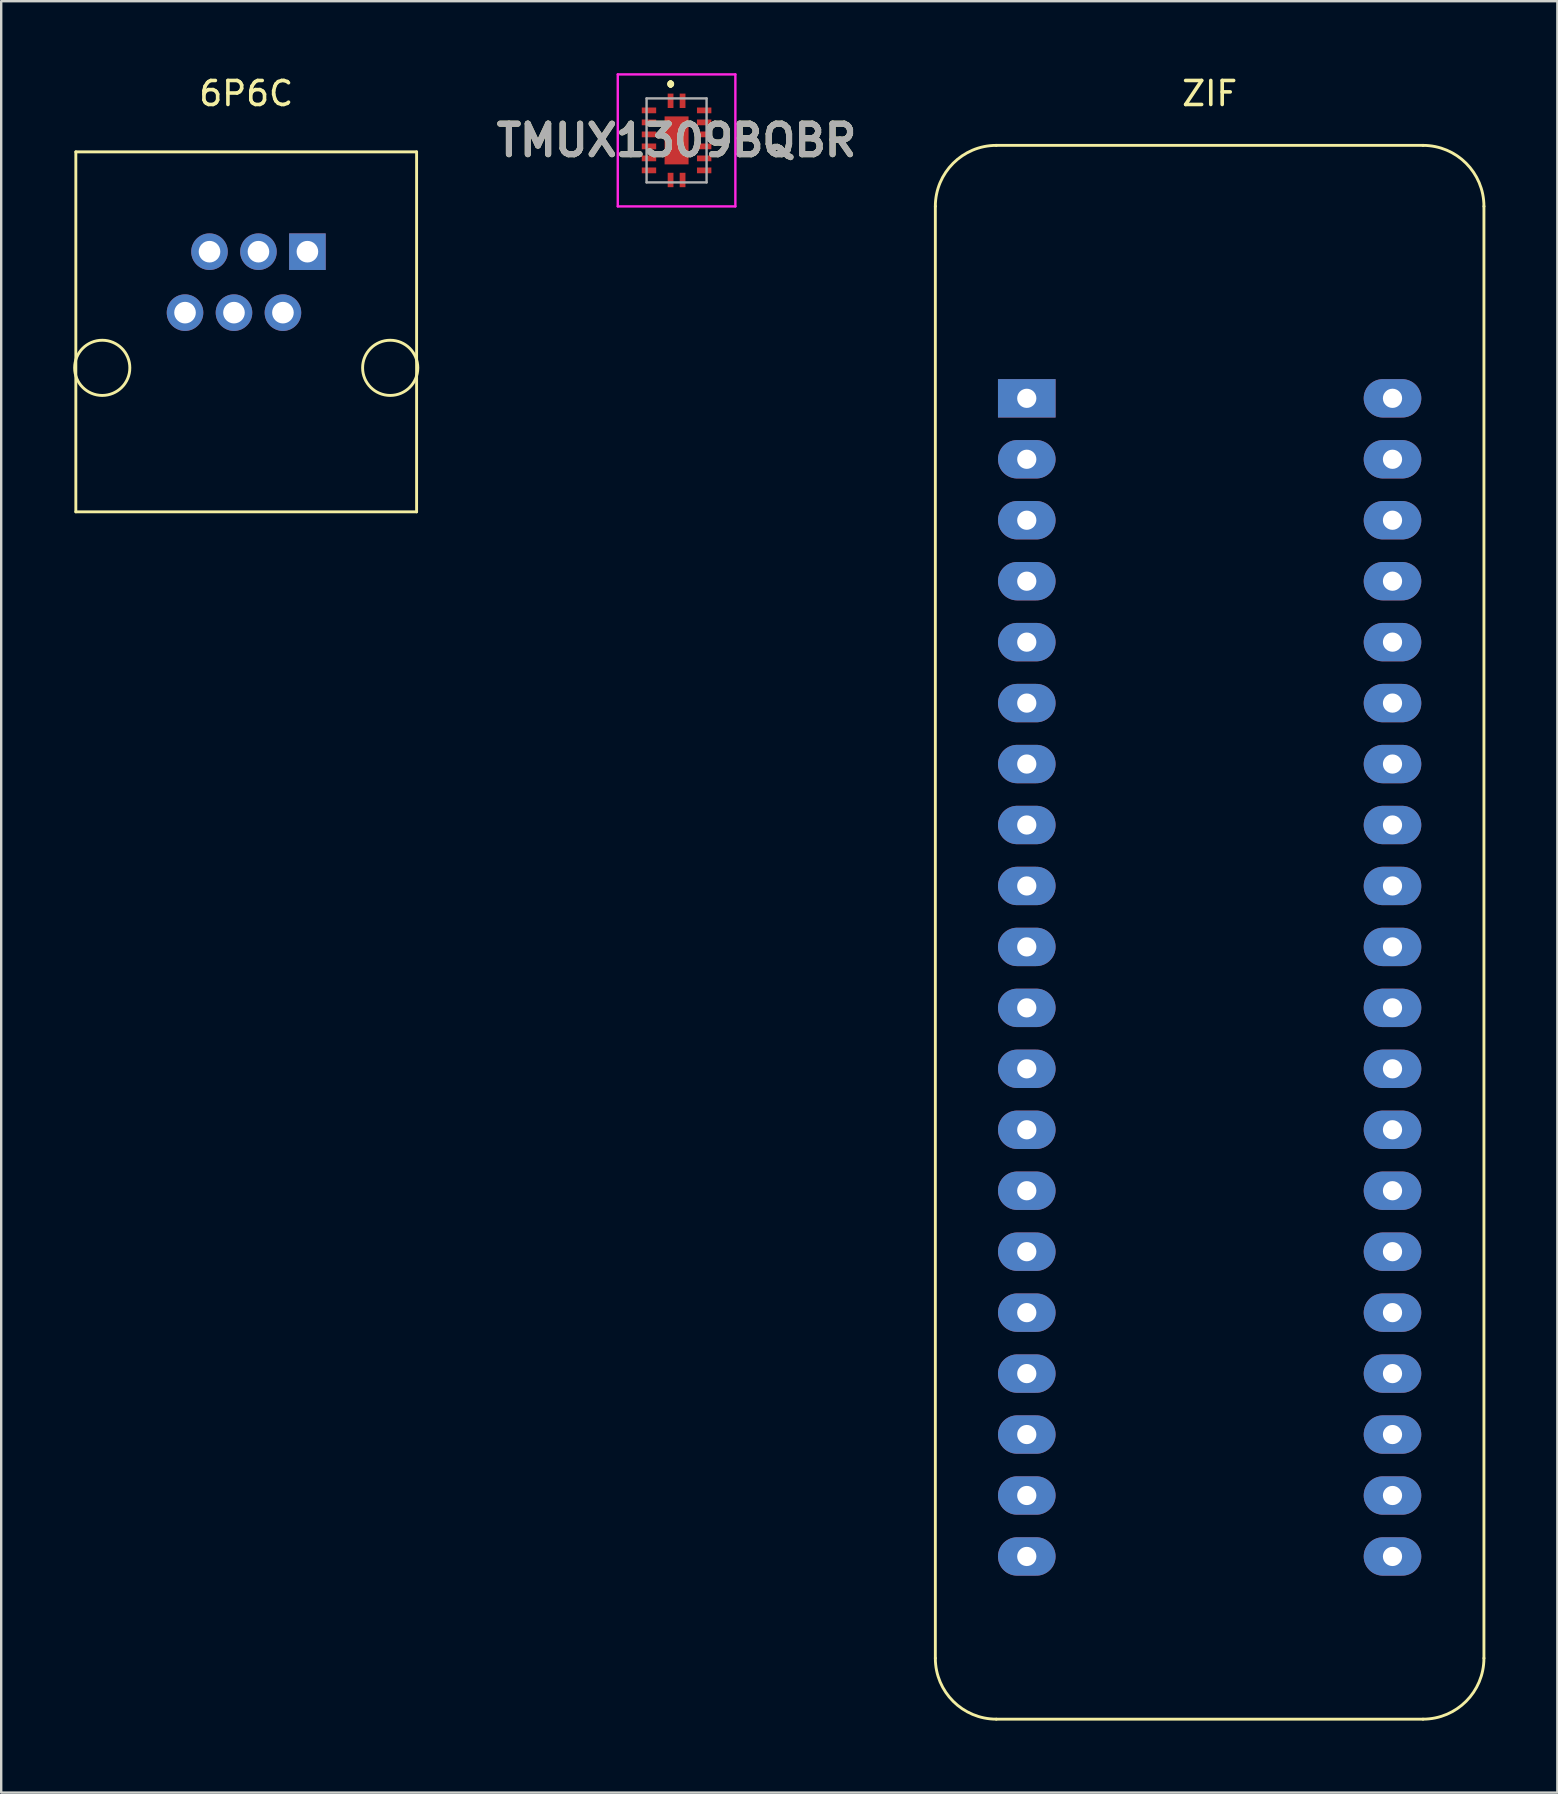
<source format=kicad_pcb>
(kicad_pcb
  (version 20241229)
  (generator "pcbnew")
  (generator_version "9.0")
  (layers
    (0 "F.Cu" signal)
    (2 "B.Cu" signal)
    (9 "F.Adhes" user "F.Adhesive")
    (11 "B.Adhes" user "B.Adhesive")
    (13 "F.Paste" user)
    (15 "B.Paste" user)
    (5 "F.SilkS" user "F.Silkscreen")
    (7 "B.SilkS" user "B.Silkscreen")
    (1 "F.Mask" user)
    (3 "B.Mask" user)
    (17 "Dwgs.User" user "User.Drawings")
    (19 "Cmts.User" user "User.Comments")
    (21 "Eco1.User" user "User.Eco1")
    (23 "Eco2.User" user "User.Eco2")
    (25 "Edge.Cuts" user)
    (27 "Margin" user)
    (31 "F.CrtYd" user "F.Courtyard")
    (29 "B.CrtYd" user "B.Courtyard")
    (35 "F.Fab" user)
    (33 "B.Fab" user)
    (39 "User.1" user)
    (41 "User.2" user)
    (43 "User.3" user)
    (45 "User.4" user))
  (footprint "6P6C"
    (layer "F.Cu")
    (at 7.21 12.278)
    (property "Reference" "6P6C" (at 0 -11.43 0) (layer "F.SilkS") (effects (font (size 1 1) (thickness 0.15))))
    (attr through_hole)
    (fp_line (start -7.1 -9) (end 7.1 -9) (stroke (width 0.12) (type solid)) (layer "F.SilkS"))
    (fp_line (start -7.1 6) (end -7.1 -9) (stroke (width 0.12) (type solid)) (layer "F.SilkS"))
    (fp_line (start -7.1 6) (end 7.1 6) (stroke (width 0.12) (type solid)) (layer "F.SilkS"))
    (fp_line (start 7.1 6) (end 7.1 -9) (stroke (width 0.12) (type solid)) (layer "F.SilkS"))
    (fp_circle (center -6 0) (end -4.85 0) (stroke (width 0.12) (type solid)) (fill no) (layer "F.SilkS"))
    (fp_circle (center 6 0) (end 7.15 0) (stroke (width 0.12) (type solid)) (fill no) (layer "F.SilkS"))
    (pad "1" thru_hole rect (at 2.55 -4.84) (size 1.524 1.524) (drill 0.9) (layers "*.Cu" "*.Mask"))
    (pad "2" thru_hole circle (at 1.53 -2.3) (size 1.524 1.524) (drill 0.9) (layers "*.Cu" "*.Mask"))
    (pad "3" thru_hole circle (at 0.51 -4.84) (size 1.524 1.524) (drill 0.9) (layers "*.Cu" "*.Mask"))
    (pad "4" thru_hole circle (at -0.51 -2.3) (size 1.524 1.524) (drill 0.9) (layers "*.Cu" "*.Mask"))
    (pad "5" thru_hole circle (at -1.53 -4.84) (size 1.524 1.524) (drill 0.9) (layers "*.Cu" "*.Mask"))
    (pad "6" thru_hole circle (at -2.55 -2.3) (size 1.524 1.524) (drill 0.9) (layers "*.Cu" "*.Mask")))
  (footprint "ZIF"
    (layer "F.Cu")
    (at 39.736 13.548)
    (property "Reference" "ZIF" (at 7.62 -12.7 0) (layer "F.SilkS") (effects (font (size 1 1) (thickness 0.15))))
    (attr through_hole)
    (fp_line (start -3.81 52.5) (end -3.81 -8) (stroke (width 0.12) (type solid)) (layer "F.SilkS"))
    (fp_line (start -1.27 -10.54) (end 16.51 -10.54) (stroke (width 0.12) (type solid)) (layer "F.SilkS"))
    (fp_line (start 16.51 55.04) (end -1.27 55.04) (stroke (width 0.12) (type solid)) (layer "F.SilkS"))
    (fp_line (start 19.05 52.5) (end 19.05 -8) (stroke (width 0.12) (type solid)) (layer "F.SilkS"))
    (fp_arc (start -3.81 -8) (mid -3.066051 -9.796051) (end -1.27 -10.54) (stroke (width 0.12) (type solid)) (layer "F.SilkS"))
    (fp_arc (start -1.27 55.04) (mid -3.066051 54.296051) (end -3.81 52.5) (stroke (width 0.12) (type solid)) (layer "F.SilkS"))
    (fp_arc (start 16.51 -10.54) (mid 18.306051 -9.796051) (end 19.05 -8) (stroke (width 0.12) (type solid)) (layer "F.SilkS"))
    (fp_arc (start 19.05 52.5) (mid 18.306051 54.296051) (end 16.51 55.04) (stroke (width 0.12) (type solid)) (layer "F.SilkS"))
    (pad "1" thru_hole rect (at 0 0) (size 2.4 1.6) (drill 0.8) (layers "*.Cu" "*.Mask"))
    (pad "2" thru_hole oval (at 0 2.54) (size 2.4 1.6) (drill 0.8) (layers "*.Cu" "*.Mask"))
    (pad "3" thru_hole oval (at 0 5.08) (size 2.4 1.6) (drill 0.8) (layers "*.Cu" "*.Mask"))
    (pad "4" thru_hole oval (at 0 7.62) (size 2.4 1.6) (drill 0.8) (layers "*.Cu" "*.Mask"))
    (pad "5" thru_hole oval (at 0 10.16) (size 2.4 1.6) (drill 0.8) (layers "*.Cu" "*.Mask"))
    (pad "6" thru_hole oval (at 0 12.7) (size 2.4 1.6) (drill 0.8) (layers "*.Cu" "*.Mask"))
    (pad "7" thru_hole oval (at 0 15.24) (size 2.4 1.6) (drill 0.8) (layers "*.Cu" "*.Mask"))
    (pad "8" thru_hole oval (at 0 17.78) (size 2.4 1.6) (drill 0.8) (layers "*.Cu" "*.Mask"))
    (pad "9" thru_hole oval (at 0 20.32) (size 2.4 1.6) (drill 0.8) (layers "*.Cu" "*.Mask"))
    (pad "10" thru_hole oval (at 0 22.86) (size 2.4 1.6) (drill 0.8) (layers "*.Cu" "*.Mask"))
    (pad "11" thru_hole oval (at 0 25.4) (size 2.4 1.6) (drill 0.8) (layers "*.Cu" "*.Mask"))
    (pad "12" thru_hole oval (at 0 27.94) (size 2.4 1.6) (drill 0.8) (layers "*.Cu" "*.Mask"))
    (pad "13" thru_hole oval (at 0 30.48) (size 2.4 1.6) (drill 0.8) (layers "*.Cu" "*.Mask"))
    (pad "14" thru_hole oval (at 0 33.02) (size 2.4 1.6) (drill 0.8) (layers "*.Cu" "*.Mask"))
    (pad "15" thru_hole oval (at 0 35.56) (size 2.4 1.6) (drill 0.8) (layers "*.Cu" "*.Mask"))
    (pad "16" thru_hole oval (at 0 38.1) (size 2.4 1.6) (drill 0.8) (layers "*.Cu" "*.Mask"))
    (pad "17" thru_hole oval (at 0 40.64) (size 2.4 1.6) (drill 0.8) (layers "*.Cu" "*.Mask"))
    (pad "18" thru_hole oval (at 0 43.18) (size 2.4 1.6) (drill 0.8) (layers "*.Cu" "*.Mask"))
    (pad "19" thru_hole oval (at 0 45.72) (size 2.4 1.6) (drill 0.8) (layers "*.Cu" "*.Mask"))
    (pad "20" thru_hole oval (at 0 48.26) (size 2.4 1.6) (drill 0.8) (layers "*.Cu" "*.Mask"))
    (pad "21" thru_hole oval (at 15.24 48.26) (size 2.4 1.6) (drill 0.8) (layers "*.Cu" "*.Mask"))
    (pad "22" thru_hole oval (at 15.24 45.72) (size 2.4 1.6) (drill 0.8) (layers "*.Cu" "*.Mask"))
    (pad "23" thru_hole oval (at 15.24 43.18) (size 2.4 1.6) (drill 0.8) (layers "*.Cu" "*.Mask"))
    (pad "24" thru_hole oval (at 15.24 40.64) (size 2.4 1.6) (drill 0.8) (layers "*.Cu" "*.Mask"))
    (pad "25" thru_hole oval (at 15.24 38.1) (size 2.4 1.6) (drill 0.8) (layers "*.Cu" "*.Mask"))
    (pad "26" thru_hole oval (at 15.24 35.56) (size 2.4 1.6) (drill 0.8) (layers "*.Cu" "*.Mask"))
    (pad "27" thru_hole oval (at 15.24 33.02) (size 2.4 1.6) (drill 0.8) (layers "*.Cu" "*.Mask"))
    (pad "28" thru_hole oval (at 15.24 30.48) (size 2.4 1.6) (drill 0.8) (layers "*.Cu" "*.Mask"))
    (pad "29" thru_hole oval (at 15.24 27.94) (size 2.4 1.6) (drill 0.8) (layers "*.Cu" "*.Mask"))
    (pad "30" thru_hole oval (at 15.24 25.4) (size 2.4 1.6) (drill 0.8) (layers "*.Cu" "*.Mask"))
    (pad "31" thru_hole oval (at 15.24 22.86) (size 2.4 1.6) (drill 0.8) (layers "*.Cu" "*.Mask"))
    (pad "32" thru_hole oval (at 15.24 20.32) (size 2.4 1.6) (drill 0.8) (layers "*.Cu" "*.Mask"))
    (pad "33" thru_hole oval (at 15.24 17.78) (size 2.4 1.6) (drill 0.8) (layers "*.Cu" "*.Mask"))
    (pad "34" thru_hole oval (at 15.24 15.24) (size 2.4 1.6) (drill 0.8) (layers "*.Cu" "*.Mask"))
    (pad "35" thru_hole oval (at 15.24 12.7) (size 2.4 1.6) (drill 0.8) (layers "*.Cu" "*.Mask"))
    (pad "36" thru_hole oval (at 15.24 10.16) (size 2.4 1.6) (drill 0.8) (layers "*.Cu" "*.Mask"))
    (pad "37" thru_hole oval (at 15.24 7.62) (size 2.4 1.6) (drill 0.8) (layers "*.Cu" "*.Mask"))
    (pad "38" thru_hole oval (at 15.24 5.08) (size 2.4 1.6) (drill 0.8) (layers "*.Cu" "*.Mask"))
    (pad "39" thru_hole oval (at 15.24 2.54) (size 2.4 1.6) (drill 0.8) (layers "*.Cu" "*.Mask"))
    (pad "40" thru_hole oval (at 15.24 0) (size 2.4 1.6) (drill 0.8) (layers "*.Cu" "*.Mask")))
  (footprint "TMUX1309BQBR"
    (layer "F.Cu")
    (at 25.143 2.8)
    (property "Reference" "TMUX1309BQBR" (at 0 0 0) (layer "F.SilkS") (effects (font (size 1.27 1.27) (thickness 0.254))))
    (attr smd)
    (fp_line (start -0.25 -2.4) (end -0.25 -2.4) (stroke (width 0.2) (type solid)) (layer "F.SilkS"))
    (fp_line (start -0.25 -2.3) (end -0.25 -2.3) (stroke (width 0.2) (type solid)) (layer "F.SilkS"))
    (fp_line (start -0.25 -2.3) (end -0.25 -2.3) (stroke (width 0.2) (type solid)) (layer "F.SilkS"))
    (fp_arc (start -0.25 -2.4) (mid -0.2 -2.35) (end -0.25 -2.3) (stroke (width 0.2) (type solid)) (layer "F.SilkS"))
    (fp_arc (start -0.25 -2.4) (mid -0.2 -2.35) (end -0.25 -2.3) (stroke (width 0.2) (type solid)) (layer "F.SilkS"))
    (fp_arc (start -0.25 -2.3) (mid -0.3 -2.35) (end -0.25 -2.4) (stroke (width 0.2) (type solid)) (layer "F.SilkS"))
    (fp_line (start -2.45 -2.75) (end 2.45 -2.75) (stroke (width 0.1) (type solid)) (layer "F.CrtYd"))
    (fp_line (start -2.45 2.75) (end -2.45 -2.75) (stroke (width 0.1) (type solid)) (layer "F.CrtYd"))
    (fp_line (start 2.45 -2.75) (end 2.45 2.75) (stroke (width 0.1) (type solid)) (layer "F.CrtYd"))
    (fp_line (start 2.45 2.75) (end -2.45 2.75) (stroke (width 0.1) (type solid)) (layer "F.CrtYd"))
    (fp_line (start -1.25 -1.75) (end -1.25 1.75) (stroke (width 0.1) (type solid)) (layer "F.Fab"))
    (fp_line (start -1.25 1.75) (end 1.25 1.75) (stroke (width 0.1) (type solid)) (layer "F.Fab"))
    (fp_line (start 1.25 -1.75) (end -1.25 -1.75) (stroke (width 0.1) (type solid)) (layer "F.Fab"))
    (fp_line (start 1.25 1.75) (end 1.25 -1.75) (stroke (width 0.1) (type solid)) (layer "F.Fab"))
    (fp_text user "${REFERENCE}" (at 0 0 0) (layer "F.Fab") (effects (font (size 1.27 1.27) (thickness 0.254))))
    (pad "1" smd rect (at -0.25 -1.65) (size 0.24 0.6) (layers "F.Cu" "F.Mask" "F.Paste"))
    (pad "2" smd rect (at -1.15 -1.25 90) (size 0.24 0.6) (layers "F.Cu" "F.Mask" "F.Paste"))
    (pad "3" smd rect (at -1.15 -0.75 90) (size 0.24 0.6) (layers "F.Cu" "F.Mask" "F.Paste"))
    (pad "4" smd rect (at -1.15 -0.25 90) (size 0.24 0.6) (layers "F.Cu" "F.Mask" "F.Paste"))
    (pad "5" smd rect (at -1.15 0.25 90) (size 0.24 0.6) (layers "F.Cu" "F.Mask" "F.Paste"))
    (pad "6" smd rect (at -1.15 0.75 90) (size 0.24 0.6) (layers "F.Cu" "F.Mask" "F.Paste"))
    (pad "7" smd rect (at -1.15 1.25 90) (size 0.24 0.6) (layers "F.Cu" "F.Mask" "F.Paste"))
    (pad "8" smd rect (at -0.25 1.65) (size 0.24 0.6) (layers "F.Cu" "F.Mask" "F.Paste"))
    (pad "9" smd rect (at 0.25 1.65) (size 0.24 0.6) (layers "F.Cu" "F.Mask" "F.Paste"))
    (pad "10" smd rect (at 1.15 1.25 90) (size 0.24 0.6) (layers "F.Cu" "F.Mask" "F.Paste"))
    (pad "11" smd rect (at 1.15 0.75 90) (size 0.24 0.6) (layers "F.Cu" "F.Mask" "F.Paste"))
    (pad "12" smd rect (at 1.15 0.25 90) (size 0.24 0.6) (layers "F.Cu" "F.Mask" "F.Paste"))
    (pad "13" smd rect (at 1.15 -0.25 90) (size 0.24 0.6) (layers "F.Cu" "F.Mask" "F.Paste"))
    (pad "14" smd rect (at 1.15 -0.75 90) (size 0.24 0.6) (layers "F.Cu" "F.Mask" "F.Paste"))
    (pad "15" smd rect (at 1.15 -1.25 90) (size 0.24 0.6) (layers "F.Cu" "F.Mask" "F.Paste"))
    (pad "16" smd rect (at 0.25 -1.65) (size 0.24 0.6) (layers "F.Cu" "F.Mask" "F.Paste"))
    (pad "17" smd rect (at 0 0) (size 1 2) (layers "F.Cu" "F.Mask" "F.Paste")))
  (gr_rect
    (start -3 -3)
    (end 61.846 71.648)
    (stroke (width 0.1) (type default))
    (fill no)
    (layer "Edge.Cuts")))
</source>
